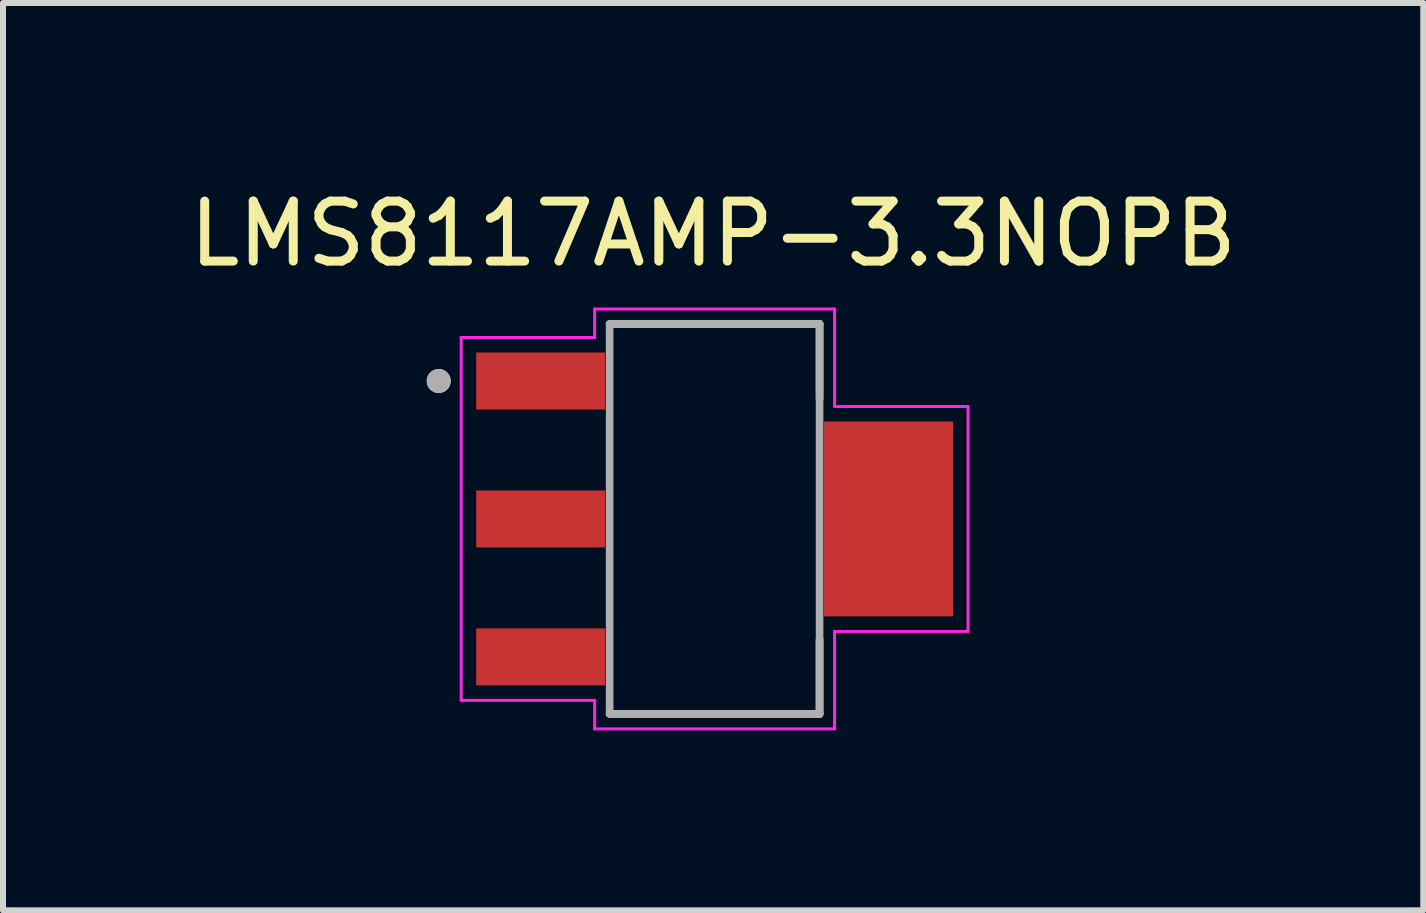
<source format=kicad_pcb>
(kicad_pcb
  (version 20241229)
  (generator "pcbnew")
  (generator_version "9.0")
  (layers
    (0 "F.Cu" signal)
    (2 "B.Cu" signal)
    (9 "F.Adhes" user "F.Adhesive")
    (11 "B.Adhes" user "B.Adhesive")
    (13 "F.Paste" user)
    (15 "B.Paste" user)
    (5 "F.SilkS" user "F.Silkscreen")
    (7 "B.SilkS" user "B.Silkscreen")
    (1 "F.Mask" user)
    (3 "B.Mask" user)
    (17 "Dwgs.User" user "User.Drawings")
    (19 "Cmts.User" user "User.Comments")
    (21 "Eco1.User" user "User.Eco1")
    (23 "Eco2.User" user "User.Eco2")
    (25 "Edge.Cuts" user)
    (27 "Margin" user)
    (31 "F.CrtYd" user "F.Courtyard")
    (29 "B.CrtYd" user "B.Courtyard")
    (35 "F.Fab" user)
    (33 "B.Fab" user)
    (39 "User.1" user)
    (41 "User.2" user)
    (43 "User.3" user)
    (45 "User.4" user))
  (footprint "LMS8117AMP-3.3NOPB"
    (layer "F.Cu")
    (at 8.864 5.602)
    (property "Reference" "LMS8117AMP-3.3NOPB" (at -0.025 -4.754 0) (layer "F.SilkS") (effects (font (size 1 1) (thickness 0.15))))
    (attr through_hole)
    (fp_line (start -1.75 -3.25) (end 1.75 -3.25) (stroke (width 0.127) (type solid)) (layer "F.SilkS"))
    (fp_line (start -1.75 3.25) (end 1.75 3.25) (stroke (width 0.127) (type solid)) (layer "F.SilkS"))
    (fp_line (start 1.75 -3.25) (end 1.75 -2.01) (stroke (width 0.127) (type solid)) (layer "F.SilkS"))
    (fp_line (start 1.75 3.25) (end 1.75 2.01) (stroke (width 0.127) (type solid)) (layer "F.SilkS"))
    (fp_circle (center -4.6 -2.3) (end -4.5 -2.3) (stroke (width 0.2) (type solid)) (fill no) (layer "F.SilkS"))
    (fp_line (start -4.225 -3.025) (end -4.225 3.025) (stroke (width 0.05) (type solid)) (layer "F.CrtYd"))
    (fp_line (start -4.225 3.025) (end -2 3.025) (stroke (width 0.05) (type solid)) (layer "F.CrtYd"))
    (fp_line (start -2 -3.5) (end -2 -3.025) (stroke (width 0.05) (type solid)) (layer "F.CrtYd"))
    (fp_line (start -2 -3.025) (end -4.225 -3.025) (stroke (width 0.05) (type solid)) (layer "F.CrtYd"))
    (fp_line (start -2 3.025) (end -2 3.5) (stroke (width 0.05) (type solid)) (layer "F.CrtYd"))
    (fp_line (start -2 3.5) (end 2 3.5) (stroke (width 0.05) (type solid)) (layer "F.CrtYd"))
    (fp_line (start 2 -3.5) (end -2 -3.5) (stroke (width 0.05) (type solid)) (layer "F.CrtYd"))
    (fp_line (start 2 -1.875) (end 2 -3.5) (stroke (width 0.05) (type solid)) (layer "F.CrtYd"))
    (fp_line (start 2 1.875) (end 4.225 1.875) (stroke (width 0.05) (type solid)) (layer "F.CrtYd"))
    (fp_line (start 2 3.5) (end 2 1.875) (stroke (width 0.05) (type solid)) (layer "F.CrtYd"))
    (fp_line (start 4.225 -1.875) (end 2 -1.875) (stroke (width 0.05) (type solid)) (layer "F.CrtYd"))
    (fp_line (start 4.225 1.875) (end 4.225 -1.875) (stroke (width 0.05) (type solid)) (layer "F.CrtYd"))
    (fp_line (start -1.75 -3.25) (end -1.75 3.25) (stroke (width 0.127) (type solid)) (layer "F.Fab"))
    (fp_line (start 1.75 -3.25) (end -1.75 -3.25) (stroke (width 0.127) (type solid)) (layer "F.Fab"))
    (fp_line (start 1.75 -3.25) (end 1.75 3.25) (stroke (width 0.127) (type solid)) (layer "F.Fab"))
    (fp_line (start 1.75 3.25) (end -1.75 3.25) (stroke (width 0.127) (type solid)) (layer "F.Fab"))
    (fp_circle (center -4.6 -2.3) (end -4.5 -2.3) (stroke (width 0.2) (type solid)) (fill no) (layer "F.Fab"))
    (pad "1" smd rect (at -2.9 -2.3) (size 2.15 0.95) (layers "F.Cu" "F.Mask" "F.Paste"))
    (pad "2" smd rect (at -2.9 0) (size 2.15 0.95) (layers "F.Cu" "F.Mask" "F.Paste"))
    (pad "2" smd rect (at 2.9 0) (size 2.15 3.25) (layers "F.Cu" "F.Mask" "F.Paste"))
    (pad "3" smd rect (at -2.9 2.3) (size 2.15 0.95) (layers "F.Cu" "F.Mask" "F.Paste")))
  (gr_rect
    (start -3 -3)
    (end 20.679 12.127)
    (stroke (width 0.1) (type default))
    (fill no)
    (layer "Edge.Cuts")))
</source>
